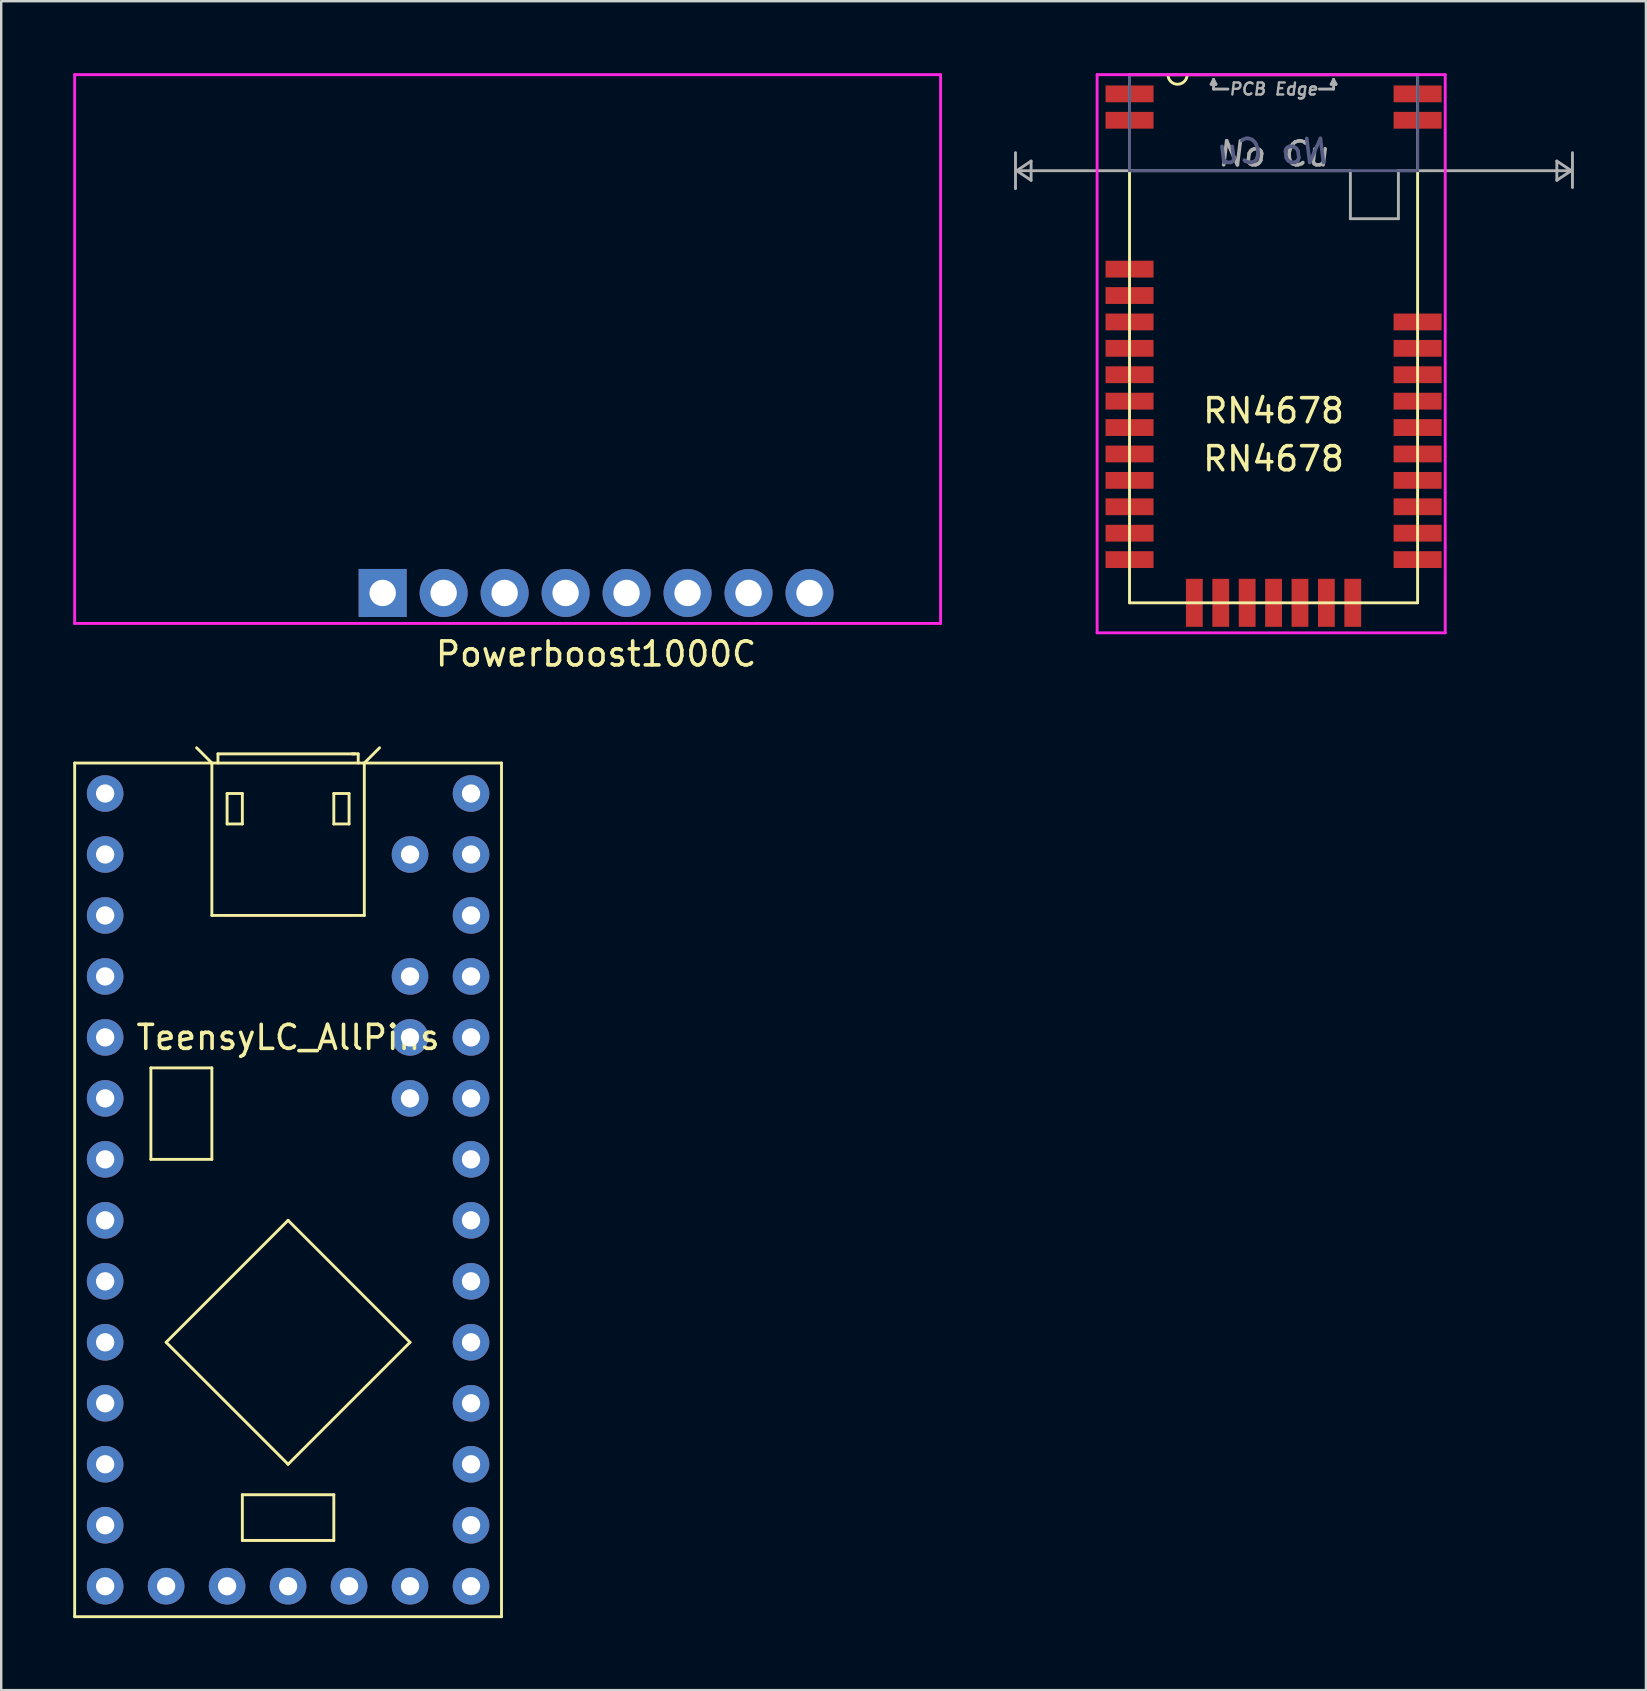
<source format=kicad_pcb>
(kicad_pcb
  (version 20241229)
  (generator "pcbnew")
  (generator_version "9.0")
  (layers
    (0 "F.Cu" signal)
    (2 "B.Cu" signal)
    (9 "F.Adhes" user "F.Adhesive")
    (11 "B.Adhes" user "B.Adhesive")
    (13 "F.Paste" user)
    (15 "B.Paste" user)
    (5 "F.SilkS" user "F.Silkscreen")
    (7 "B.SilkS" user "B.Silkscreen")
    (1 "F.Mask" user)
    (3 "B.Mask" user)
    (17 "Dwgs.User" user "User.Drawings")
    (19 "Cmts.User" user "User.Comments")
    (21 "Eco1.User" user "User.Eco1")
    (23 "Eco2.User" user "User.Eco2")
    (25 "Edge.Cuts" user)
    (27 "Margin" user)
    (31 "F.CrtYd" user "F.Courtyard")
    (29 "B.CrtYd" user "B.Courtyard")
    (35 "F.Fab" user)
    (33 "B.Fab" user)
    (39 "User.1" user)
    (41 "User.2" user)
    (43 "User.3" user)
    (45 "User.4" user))
  (footprint "TeensyLC_AllPins"
    (layer "F.Cu")
    (at 8.95 46.513)
    (property "Reference" "TeensyLC_AllPins" (at 0 -6.35 0) (layer "F.SilkS") (effects (font (size 1 1) (thickness 0.15))))
    (attr through_hole)
    (fp_line (start -8.89 -17.78) (end -8.89 17.78) (stroke (width 0.12) (type solid)) (layer "F.SilkS"))
    (fp_line (start -8.89 17.78) (end 8.89 17.78) (stroke (width 0.12) (type solid)) (layer "F.SilkS"))
    (fp_line (start -5.715 -5.08) (end -5.715 -1.27) (stroke (width 0.12) (type solid)) (layer "F.SilkS"))
    (fp_line (start -5.715 -1.27) (end -3.175 -1.27) (stroke (width 0.12) (type solid)) (layer "F.SilkS"))
    (fp_line (start -5.08 6.35) (end 0 11.43) (stroke (width 0.12) (type solid)) (layer "F.SilkS"))
    (fp_line (start -3.175 -17.78) (end -3.81 -18.415) (stroke (width 0.12) (type solid)) (layer "F.SilkS"))
    (fp_line (start -3.175 -11.43) (end -3.175 -17.78) (stroke (width 0.12) (type solid)) (layer "F.SilkS"))
    (fp_line (start -3.175 -5.08) (end -5.715 -5.08) (stroke (width 0.12) (type solid)) (layer "F.SilkS"))
    (fp_line (start -3.175 -1.27) (end -3.175 -5.08) (stroke (width 0.12) (type solid)) (layer "F.SilkS"))
    (fp_line (start -2.921 -18.161) (end 2.794 -18.161) (stroke (width 0.12) (type solid)) (layer "F.SilkS"))
    (fp_line (start -2.921 -17.78) (end -2.921 -18.161) (stroke (width 0.12) (type solid)) (layer "F.SilkS"))
    (fp_line (start -2.54 -16.51) (end -2.54 -15.24) (stroke (width 0.12) (type solid)) (layer "F.SilkS"))
    (fp_line (start -2.54 -15.24) (end -1.905 -15.24) (stroke (width 0.12) (type solid)) (layer "F.SilkS"))
    (fp_line (start -1.905 -16.51) (end -2.54 -16.51) (stroke (width 0.12) (type solid)) (layer "F.SilkS"))
    (fp_line (start -1.905 -15.24) (end -1.905 -16.51) (stroke (width 0.12) (type solid)) (layer "F.SilkS"))
    (fp_line (start -1.905 12.7) (end -1.905 14.605) (stroke (width 0.12) (type solid)) (layer "F.SilkS"))
    (fp_line (start -1.905 14.605) (end 1.905 14.605) (stroke (width 0.12) (type solid)) (layer "F.SilkS"))
    (fp_line (start 0 1.27) (end -5.08 6.35) (stroke (width 0.12) (type solid)) (layer "F.SilkS"))
    (fp_line (start 0 11.43) (end 5.08 6.35) (stroke (width 0.12) (type solid)) (layer "F.SilkS"))
    (fp_line (start 1.905 -16.51) (end 1.905 -15.24) (stroke (width 0.12) (type solid)) (layer "F.SilkS"))
    (fp_line (start 1.905 -15.24) (end 2.54 -15.24) (stroke (width 0.12) (type solid)) (layer "F.SilkS"))
    (fp_line (start 1.905 12.7) (end -1.905 12.7) (stroke (width 0.12) (type solid)) (layer "F.SilkS"))
    (fp_line (start 1.905 14.605) (end 1.905 12.7) (stroke (width 0.12) (type solid)) (layer "F.SilkS"))
    (fp_line (start 2.54 -16.51) (end 1.905 -16.51) (stroke (width 0.12) (type solid)) (layer "F.SilkS"))
    (fp_line (start 2.54 -15.24) (end 2.54 -16.51) (stroke (width 0.12) (type solid)) (layer "F.SilkS"))
    (fp_line (start 2.921 -18.161) (end 2.667 -18.161) (stroke (width 0.12) (type solid)) (layer "F.SilkS"))
    (fp_line (start 2.921 -18.161) (end 2.921 -17.78) (stroke (width 0.12) (type solid)) (layer "F.SilkS"))
    (fp_line (start 3.175 -17.78) (end 3.175 -11.43) (stroke (width 0.12) (type solid)) (layer "F.SilkS"))
    (fp_line (start 3.175 -17.78) (end 3.81 -18.415) (stroke (width 0.12) (type solid)) (layer "F.SilkS"))
    (fp_line (start 3.175 -11.43) (end -3.175 -11.43) (stroke (width 0.12) (type solid)) (layer "F.SilkS"))
    (fp_line (start 5.08 6.35) (end 0 1.27) (stroke (width 0.12) (type solid)) (layer "F.SilkS"))
    (fp_line (start 8.89 -17.78) (end -8.89 -17.78) (stroke (width 0.12) (type solid)) (layer "F.SilkS"))
    (fp_line (start 8.89 17.78) (end 8.89 -17.78) (stroke (width 0.12) (type solid)) (layer "F.SilkS"))
    (pad "0" thru_hole circle (at -7.62 -13.97) (size 1.524 1.524) (drill 0.762) (layers "*.Cu" "*.Mask"))
    (pad "1" thru_hole circle (at -7.62 -11.43) (size 1.524 1.524) (drill 0.762) (layers "*.Cu" "*.Mask"))
    (pad "2" thru_hole circle (at -7.62 -8.89) (size 1.524 1.524) (drill 0.762) (layers "*.Cu" "*.Mask"))
    (pad "3" thru_hole circle (at -7.62 -6.35) (size 1.524 1.524) (drill 0.762) (layers "*.Cu" "*.Mask"))
    (pad "3.3V_1" thru_hole circle (at -2.54 16.51) (size 1.524 1.524) (drill 0.762) (layers "*.Cu" "*.Mask"))
    (pad "3.3V_2" thru_hole circle (at 7.62 -11.43) (size 1.524 1.524) (drill 0.762) (layers "*.Cu" "*.Mask"))
    (pad "4" thru_hole circle (at -7.62 -3.81) (size 1.524 1.524) (drill 0.762) (layers "*.Cu" "*.Mask"))
    (pad "5" thru_hole circle (at -7.62 -1.27) (size 1.524 1.524) (drill 0.762) (layers "*.Cu" "*.Mask"))
    (pad "6" thru_hole circle (at -7.62 1.27) (size 1.524 1.524) (drill 0.762) (layers "*.Cu" "*.Mask"))
    (pad "7" thru_hole circle (at -7.62 3.81) (size 1.524 1.524) (drill 0.762) (layers "*.Cu" "*.Mask"))
    (pad "8" thru_hole circle (at -7.62 6.35) (size 1.524 1.524) (drill 0.762) (layers "*.Cu" "*.Mask"))
    (pad "9" thru_hole circle (at -7.62 8.89) (size 1.524 1.524) (drill 0.762) (layers "*.Cu" "*.Mask"))
    (pad "10" thru_hole circle (at -7.62 11.43) (size 1.524 1.524) (drill 0.762) (layers "*.Cu" "*.Mask"))
    (pad "11" thru_hole circle (at -7.62 13.97) (size 1.524 1.524) (drill 0.762) (layers "*.Cu" "*.Mask"))
    (pad "12" thru_hole circle (at -7.62 16.51) (size 1.524 1.524) (drill 0.762) (layers "*.Cu" "*.Mask"))
    (pad "13" thru_hole circle (at 7.62 16.51) (size 1.524 1.524) (drill 0.762) (layers "*.Cu" "*.Mask"))
    (pad "14" thru_hole circle (at 7.62 13.97) (size 1.524 1.524) (drill 0.762) (layers "*.Cu" "*.Mask"))
    (pad "15" thru_hole circle (at 7.62 11.43) (size 1.524 1.524) (drill 0.762) (layers "*.Cu" "*.Mask"))
    (pad "16" thru_hole circle (at 7.62 8.89) (size 1.524 1.524) (drill 0.762) (layers "*.Cu" "*.Mask"))
    (pad "17" thru_hole circle (at 7.62 6.35) (size 1.524 1.524) (drill 0.762) (layers "*.Cu" "*.Mask"))
    (pad "17_VD" thru_hole circle (at -5.08 16.51) (size 1.524 1.524) (drill 0.762) (layers "*.Cu" "*.Mask"))
    (pad "18" thru_hole circle (at 7.62 3.81) (size 1.524 1.524) (drill 0.762) (layers "*.Cu" "*.Mask"))
    (pad "19" thru_hole circle (at 7.62 1.27) (size 1.524 1.524) (drill 0.762) (layers "*.Cu" "*.Mask"))
    (pad "20" thru_hole circle (at 7.62 -1.27) (size 1.524 1.524) (drill 0.762) (layers "*.Cu" "*.Mask"))
    (pad "21" thru_hole circle (at 7.62 -3.81) (size 1.524 1.524) (drill 0.762) (layers "*.Cu" "*.Mask"))
    (pad "22" thru_hole circle (at 7.62 -6.35) (size 1.524 1.524) (drill 0.762) (layers "*.Cu" "*.Mask"))
    (pad "23" thru_hole circle (at 7.62 -8.89) (size 1.524 1.524) (drill 0.762) (layers "*.Cu" "*.Mask"))
    (pad "24" thru_hole circle (at 5.08 -6.35) (size 1.524 1.524) (drill 0.762) (layers "*.Cu" "*.Mask"))
    (pad "25" thru_hole circle (at 5.08 -3.81) (size 1.524 1.524) (drill 0.762) (layers "*.Cu" "*.Mask"))
    (pad "26" thru_hole circle (at 5.08 16.51) (size 1.524 1.524) (drill 0.762) (layers "*.Cu" "*.Mask"))
    (pad "AREF" thru_hole circle (at 5.08 -8.89) (size 1.524 1.524) (drill 0.762) (layers "*.Cu" "*.Mask"))
    (pad "GND_1" thru_hole circle (at -7.62 -16.51) (size 1.524 1.524) (drill 0.762) (layers "*.Cu" "*.Mask"))
    (pad "GND_2" thru_hole circle (at 0 16.51) (size 1.524 1.524) (drill 0.762) (layers "*.Cu" "*.Mask"))
    (pad "GND_3" thru_hole circle (at 7.62 -13.97) (size 1.524 1.524) (drill 0.762) (layers "*.Cu" "*.Mask"))
    (pad "PROG" thru_hole circle (at 2.54 16.51) (size 1.524 1.524) (drill 0.762) (layers "*.Cu" "*.Mask"))
    (pad "VIN" thru_hole circle (at 7.62 -16.51) (size 1.524 1.524) (drill 0.762) (layers "*.Cu" "*.Mask"))
    (pad "VUSB" thru_hole circle (at 5.08 -13.97) (size 1.524 1.524) (drill 0.762) (layers "*.Cu" "*.Mask")))
  (footprint "Powerboost1000C"
    (layer "F.Cu")
    (at 21.78 21.65)
    (property "Reference" "Powerboost1000C" (at 0 2.54 0) (layer "F.SilkS") (effects (font (size 1 1) (thickness 0.15))))
    (attr through_hole)
    (fp_line (start -21.72 -21.59) (end 14.35 -21.59) (stroke (width 0.12) (type solid)) (layer "F.CrtYd"))
    (fp_line (start -21.72 1.27) (end -21.72 -21.59) (stroke (width 0.12) (type solid)) (layer "F.CrtYd"))
    (fp_line (start -21.72 1.27) (end 14.35 1.27) (stroke (width 0.12) (type solid)) (layer "F.CrtYd"))
    (fp_line (start 14.35 1.27) (end 14.35 -21.59) (stroke (width 0.12) (type solid)) (layer "F.CrtYd"))
    (pad "1" thru_hole rect (at -8.89 0) (size 2 2) (drill 1.1) (layers "*.Cu" "*.Mask"))
    (pad "2" thru_hole circle (at -6.35 0) (size 2 2) (drill 1.1) (layers "*.Cu" "*.Mask"))
    (pad "3" thru_hole circle (at -3.81 0) (size 2 2) (drill 1.1) (layers "*.Cu" "*.Mask"))
    (pad "4" thru_hole circle (at -1.27 0) (size 2 2) (drill 1.1) (layers "*.Cu" "*.Mask"))
    (pad "5" thru_hole circle (at 1.27 0) (size 2 2) (drill 1.1) (layers "*.Cu" "*.Mask"))
    (pad "6" thru_hole circle (at 3.81 0) (size 2 2) (drill 1.1) (layers "*.Cu" "*.Mask"))
    (pad "7" thru_hole circle (at 6.35 0) (size 2 2) (drill 1.1) (layers "*.Cu" "*.Mask"))
    (pad "8" thru_hole circle (at 8.89 0) (size 2 2) (drill 1.1) (layers "*.Cu" "*.Mask")))
  (footprint "RN4678"
    (layer "F.Cu")
    (at 50 22.06)
    (property "Reference" "RN4678" (at 0 -6 0) (layer "F.SilkS") (effects (font (size 1 1) (thickness 0.15))))
    (attr through_hole)
    (fp_line (start -6 -22) (end 6 -22) (stroke (width 0.12) (type solid)) (layer "F.SilkS"))
    (fp_line (start -6 0) (end -6 -22) (stroke (width 0.12) (type solid)) (layer "F.SilkS"))
    (fp_line (start 6 -22) (end 6 0) (stroke (width 0.12) (type solid)) (layer "F.SilkS"))
    (fp_line (start 6 0) (end -6 0) (stroke (width 0.12) (type solid)) (layer "F.SilkS"))
    (fp_arc (start -3.6 -22) (mid -4 -21.6) (end -4.4 -22) (stroke (width 0.12) (type solid)) (layer "F.SilkS"))
    (fp_line (start -7.35 -22) (end 7.15 -22) (stroke (width 0.12) (type solid)) (layer "F.CrtYd"))
    (fp_line (start -7.35 1.25) (end -7.35 -22) (stroke (width 0.12) (type solid)) (layer "F.CrtYd"))
    (fp_line (start 7.15 -22) (end 7.15 1.25) (stroke (width 0.12) (type solid)) (layer "F.CrtYd"))
    (fp_line (start 7.15 1.25) (end -7.35 1.25) (stroke (width 0.12) (type solid)) (layer "F.CrtYd"))
    (fp_line (start -6 -22) (end -6 -18) (stroke (width 0.12) (type solid)) (layer "B.Fab"))
    (fp_line (start -6 -18) (end 6 -18) (stroke (width 0.12) (type solid)) (layer "B.Fab"))
    (fp_line (start 6 -22) (end -6 -22) (stroke (width 0.12) (type solid)) (layer "B.Fab"))
    (fp_line (start 6 -18) (end 6 -22) (stroke (width 0.12) (type solid)) (layer "B.Fab"))
    (fp_line (start -10.75 -18.75) (end -10.75 -17.3) (stroke (width 0.12) (type solid)) (layer "F.Fab"))
    (fp_line (start -10.75 -17.3) (end -10.75 -17.25) (stroke (width 0.12) (type solid)) (layer "F.Fab"))
    (fp_line (start -10.7 -18) (end -10.1 -17.6) (stroke (width 0.12) (type solid)) (layer "F.Fab"))
    (fp_line (start -10.1 -18.4) (end -10.7 -18) (stroke (width 0.12) (type solid)) (layer "F.Fab"))
    (fp_line (start -10.1 -17.6) (end -10.1 -18.4) (stroke (width 0.12) (type solid)) (layer "F.Fab"))
    (fp_line (start -6 -18) (end -10.7 -18) (stroke (width 0.12) (type solid)) (layer "F.Fab"))
    (fp_line (start -2.6 -21.6) (end -2.5 -21.8) (stroke (width 0.12) (type solid)) (layer "F.Fab"))
    (fp_line (start -2.5 -21.8) (end -2.5 -21.6) (stroke (width 0.12) (type solid)) (layer "F.Fab"))
    (fp_line (start -2.5 -21.8) (end -2.4 -21.6) (stroke (width 0.12) (type solid)) (layer "F.Fab"))
    (fp_line (start -2.5 -21.6) (end -2.6 -21.6) (stroke (width 0.12) (type solid)) (layer "F.Fab"))
    (fp_line (start -2.5 -21.6) (end -2.5 -21.4) (stroke (width 0.12) (type solid)) (layer "F.Fab"))
    (fp_line (start -2.5 -21.4) (end -1.9 -21.4) (stroke (width 0.12) (type solid)) (layer "F.Fab"))
    (fp_line (start -2.4 -21.6) (end -2.5 -21.6) (stroke (width 0.12) (type solid)) (layer "F.Fab"))
    (fp_line (start 1.9 -21.4) (end 2.5 -21.4) (stroke (width 0.12) (type solid)) (layer "F.Fab"))
    (fp_line (start 2.4 -21.6) (end 2.6 -21.6) (stroke (width 0.12) (type solid)) (layer "F.Fab"))
    (fp_line (start 2.5 -21.8) (end 2.4 -21.6) (stroke (width 0.12) (type solid)) (layer "F.Fab"))
    (fp_line (start 2.5 -21.4) (end 2.5 -21.8) (stroke (width 0.12) (type solid)) (layer "F.Fab"))
    (fp_line (start 2.6 -21.6) (end 2.5 -21.8) (stroke (width 0.12) (type solid)) (layer "F.Fab"))
    (fp_line (start 3.2 -18) (end -6 -18) (stroke (width 0.12) (type solid)) (layer "F.Fab"))
    (fp_line (start 3.2 -18) (end 3.2 -16) (stroke (width 0.12) (type solid)) (layer "F.Fab"))
    (fp_line (start 3.2 -16) (end 5.2 -16) (stroke (width 0.12) (type solid)) (layer "F.Fab"))
    (fp_line (start 5.2 -18) (end 6 -18) (stroke (width 0.12) (type solid)) (layer "F.Fab"))
    (fp_line (start 5.2 -16) (end 5.2 -18) (stroke (width 0.12) (type solid)) (layer "F.Fab"))
    (fp_line (start 6 -18) (end 12.4 -18) (stroke (width 0.12) (type solid)) (layer "F.Fab"))
    (fp_line (start 11.8 -18.4) (end 11.8 -17.6) (stroke (width 0.12) (type solid)) (layer "F.Fab"))
    (fp_line (start 11.8 -17.6) (end 12.4 -18) (stroke (width 0.12) (type solid)) (layer "F.Fab"))
    (fp_line (start 12.4 -18) (end 11.8 -18.4) (stroke (width 0.12) (type solid)) (layer "F.Fab"))
    (fp_line (start 12.45 -18.75) (end 12.45 -17.3) (stroke (width 0.12) (type solid)) (layer "F.Fab"))
    (fp_text user "RN4678" (at 0 -8 0) (layer "F.SilkS") (effects (font (size 1 1) (thickness 0.15))))
    (fp_text user "No Cu" (at 0 -18.8 0) (layer "B.Fab") (effects (font (size 1 1) (thickness 0.15) (italic yes)) (justify mirror)))
    (fp_text user "PCB Edge" (at 0 -21.4 0) (layer "F.Fab") (effects (font (size 0.5 0.5) (thickness 0.1) (italic yes))))
    (fp_text user "No Cu" (at 0 -18.7 0) (layer "F.Fab") (effects (font (size 1 1) (thickness 0.15) (italic yes))))
    (pad "1" smd rect (at -6 -21.2) (size 2 0.7) (layers "F.Cu" "F.Mask" "F.Paste"))
    (pad "2" smd rect (at -6 -20.1) (size 2 0.7) (layers "F.Cu" "F.Mask" "F.Paste"))
    (pad "3" smd rect (at -6 -13.9) (size 2 0.7) (layers "F.Cu" "F.Mask" "F.Paste"))
    (pad "4" smd rect (at -6 -12.8) (size 2 0.7) (layers "F.Cu" "F.Mask" "F.Paste"))
    (pad "5" smd rect (at -6 -11.7) (size 2 0.7) (layers "F.Cu" "F.Mask" "F.Paste"))
    (pad "6" smd rect (at -6 -10.6) (size 2 0.7) (layers "F.Cu" "F.Mask" "F.Paste"))
    (pad "7" smd rect (at -6 -9.5) (size 2 0.7) (layers "F.Cu" "F.Mask" "F.Paste"))
    (pad "8" smd rect (at -6 -8.4) (size 2 0.7) (layers "F.Cu" "F.Mask" "F.Paste"))
    (pad "9" smd rect (at -6 -7.3) (size 2 0.7) (layers "F.Cu" "F.Mask" "F.Paste"))
    (pad "10" smd rect (at -6 -6.2) (size 2 0.7) (layers "F.Cu" "F.Mask" "F.Paste"))
    (pad "11" smd rect (at -6 -5.1) (size 2 0.7) (layers "F.Cu" "F.Mask" "F.Paste"))
    (pad "12" smd rect (at -6 -4) (size 2 0.7) (layers "F.Cu" "F.Mask" "F.Paste"))
    (pad "13" smd rect (at -6 -2.9) (size 2 0.7) (layers "F.Cu" "F.Mask" "F.Paste"))
    (pad "14" smd rect (at -6 -1.8) (size 2 0.7) (layers "F.Cu" "F.Mask" "F.Paste"))
    (pad "15" smd rect (at -3.3 0 90) (size 2 0.7) (layers "F.Cu" "F.Mask" "F.Paste"))
    (pad "16" smd rect (at -2.2 0 90) (size 2 0.7) (layers "F.Cu" "F.Mask" "F.Paste"))
    (pad "17" smd rect (at -1.1 0 90) (size 2 0.7) (layers "F.Cu" "F.Mask" "F.Paste"))
    (pad "18" smd rect (at 0 0 90) (size 2 0.7) (layers "F.Cu" "F.Mask" "F.Paste"))
    (pad "19" smd rect (at 1.1 0 90) (size 2 0.7) (layers "F.Cu" "F.Mask" "F.Paste"))
    (pad "20" smd rect (at 2.2 0 90) (size 2 0.7) (layers "F.Cu" "F.Mask" "F.Paste"))
    (pad "21" smd rect (at 3.3 0 90) (size 2 0.7) (layers "F.Cu" "F.Mask" "F.Paste"))
    (pad "22" smd rect (at 6 -1.8) (size 2 0.7) (layers "F.Cu" "F.Mask" "F.Paste"))
    (pad "23" smd rect (at 6 -2.9) (size 2 0.7) (layers "F.Cu" "F.Mask" "F.Paste"))
    (pad "24" smd rect (at 6 -4) (size 2 0.7) (layers "F.Cu" "F.Mask" "F.Paste"))
    (pad "25" smd rect (at 6 -5.1) (size 2 0.7) (layers "F.Cu" "F.Mask" "F.Paste"))
    (pad "26" smd rect (at 6 -6.2) (size 2 0.7) (layers "F.Cu" "F.Mask" "F.Paste"))
    (pad "27" smd rect (at 6 -7.3) (size 2 0.7) (layers "F.Cu" "F.Mask" "F.Paste"))
    (pad "28" smd rect (at 6 -8.4) (size 2 0.7) (layers "F.Cu" "F.Mask" "F.Paste"))
    (pad "29" smd rect (at 6 -9.5) (size 2 0.7) (layers "F.Cu" "F.Mask" "F.Paste"))
    (pad "30" smd rect (at 6 -10.6) (size 2 0.7) (layers "F.Cu" "F.Mask" "F.Paste"))
    (pad "31" smd rect (at 6 -11.7) (size 2 0.7) (layers "F.Cu" "F.Mask" "F.Paste"))
    (pad "32" smd rect (at 6 -20.1) (size 2 0.7) (layers "F.Cu" "F.Mask" "F.Paste"))
    (pad "33" smd rect (at 6 -21.2) (size 2 0.7) (layers "F.Cu" "F.Mask" "F.Paste")))
  (gr_rect
    (start -3 -3)
    (end 65.51 67.353)
    (stroke (width 0.1) (type default))
    (fill no)
    (layer "Edge.Cuts")))
</source>
